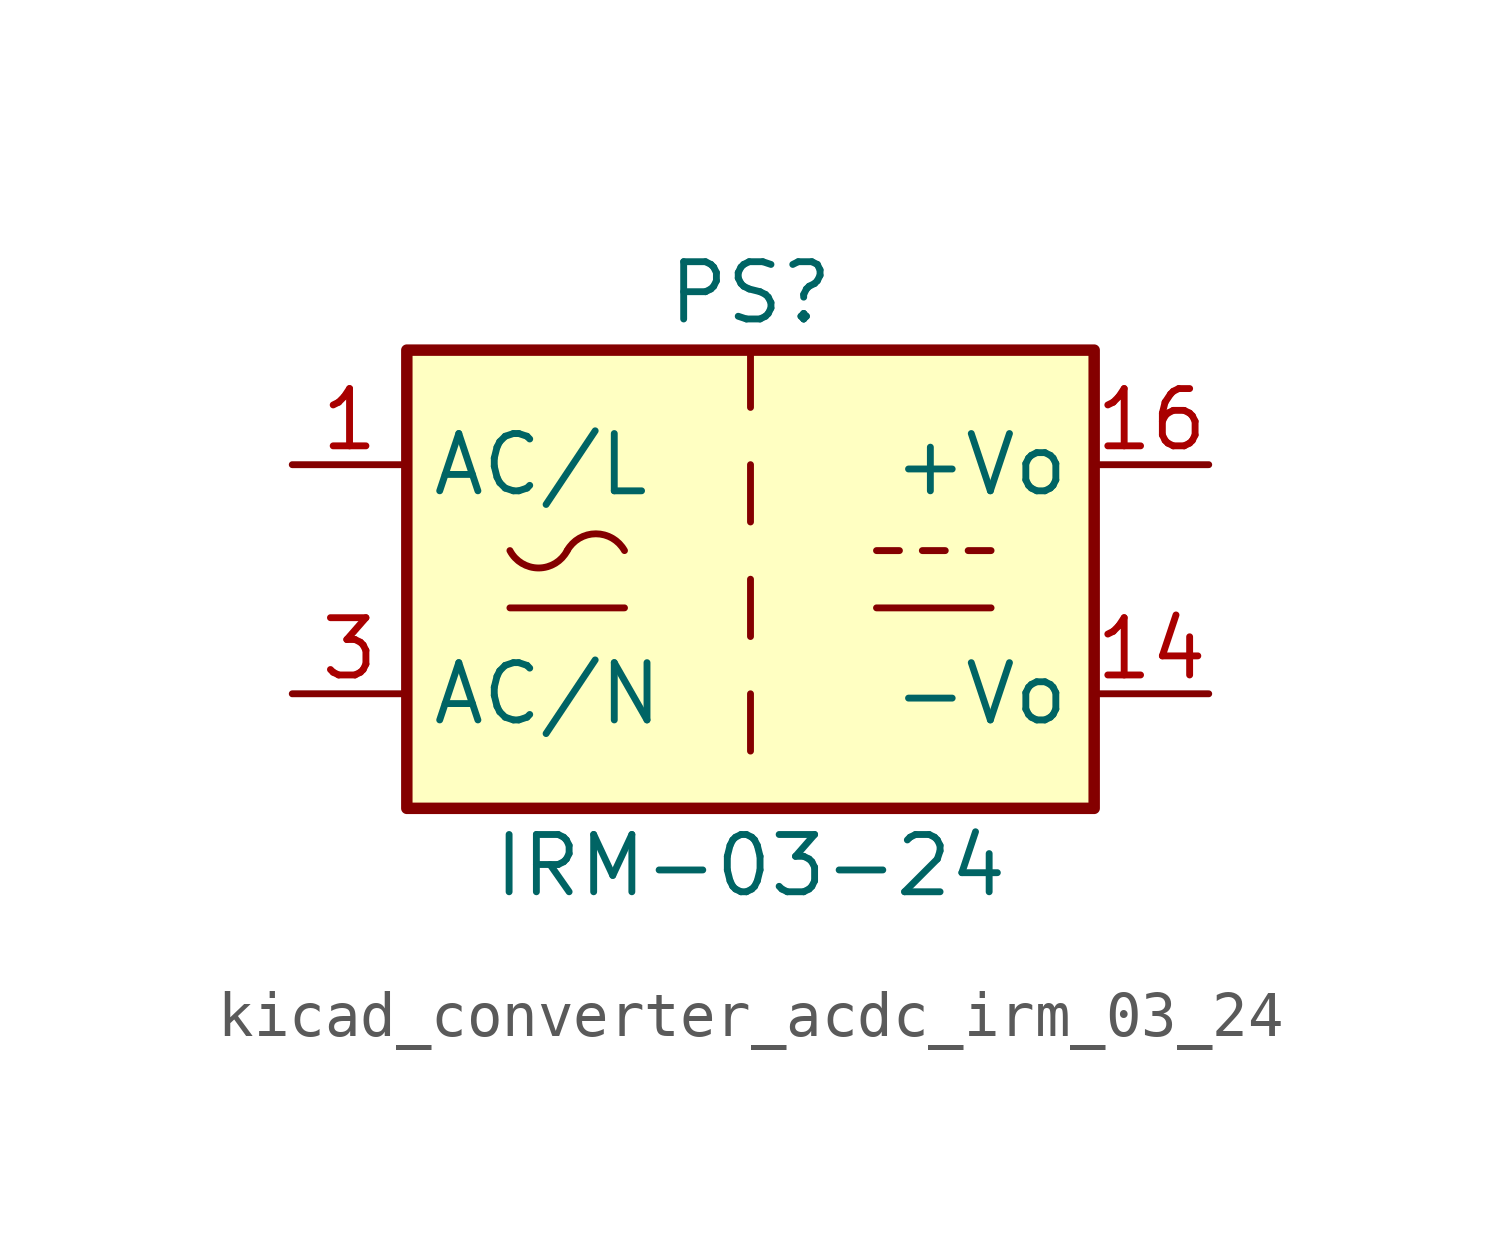
<source format=kicad_sym>
(kicad_symbol_lib
  (version 20220914)
  (generator kicad_symbol_editor)
  (symbol "kicad_converter_acdc_irm_03_24"
    (property "Reference" "PS"
      (at 0 6.35 0)
      (effects (font (size 1.27 1.27))))
    (property "Value" "IRM-03-24"
      (at 0 -6.35 0)
      (effects (font (size 1.27 1.27))))
    (symbol "kicad_converter_acdc_irm_03_24_0_1"
      (rectangle (start -7.62 5.08) (end 7.62 -5.08) (stroke (width 0.254) (type default)) (fill (type background)))
      (arc (start -5.334 0.635) (mid -4.699 0.2495) (end -4.064 0.635) (stroke (width 0) (type default)) (fill (type none)))
      (arc (start -2.794 0.635) (mid -3.429 1.0072) (end -4.064 0.635) (stroke (width 0) (type default)) (fill (type none)))
      (polyline (pts (xy -5.334 -0.635) (xy -2.794 -0.635)) (stroke (width 0) (type default)) (fill (type none)))
      (polyline (pts (xy 0 -2.54) (xy 0 -3.81)) (stroke (width 0) (type default)) (fill (type none)))
      (polyline (pts (xy 0 0) (xy 0 -1.27)) (stroke (width 0) (type default)) (fill (type none)))
      (polyline (pts (xy 0 2.54) (xy 0 1.27)) (stroke (width 0) (type default)) (fill (type none)))
      (polyline (pts (xy 0 5.08) (xy 0 3.81)) (stroke (width 0) (type default)) (fill (type none)))
      (polyline (pts (xy 2.794 -0.635) (xy 5.334 -0.635)) (stroke (width 0) (type default)) (fill (type none)))
      (polyline (pts (xy 2.794 0.635) (xy 3.302 0.635)) (stroke (width 0) (type default)) (fill (type none)))
      (polyline (pts (xy 3.81 0.635) (xy 4.318 0.635)) (stroke (width 0) (type default)) (fill (type none)))
      (polyline (pts (xy 4.826 0.635) (xy 5.334 0.635)) (stroke (width 0) (type default)) (fill (type none))))
    (symbol "kicad_converter_acdc_irm_03_24_1_1"
      (pin power_in line (at -10.16 2.54 0) (length 2.54) (name "AC/L" (effects (font (size 1.27 1.27)))) (number "1" (effects (font (size 1.27 1.27)))))
      (pin power_out line (at 10.16 -2.54 180) (length 2.54) (name "-Vo" (effects (font (size 1.27 1.27)))) (number "14" (effects (font (size 1.27 1.27)))))
      (pin power_out line (at 10.16 2.54 180) (length 2.54) (name "+Vo" (effects (font (size 1.27 1.27)))) (number "16" (effects (font (size 1.27 1.27)))))
      (pin power_in line (at -10.16 -2.54 0) (length 2.54) (name "AC/N" (effects (font (size 1.27 1.27)))) (number "3" (effects (font (size 1.27 1.27)))))
      (pin no_connect line (at -7.62 0 0) (length 2.54) hide (name "NC" (effects (font (size 1.27 1.27)))) (number "5" (effects (font (size 1.27 1.27))))))))
</source>
